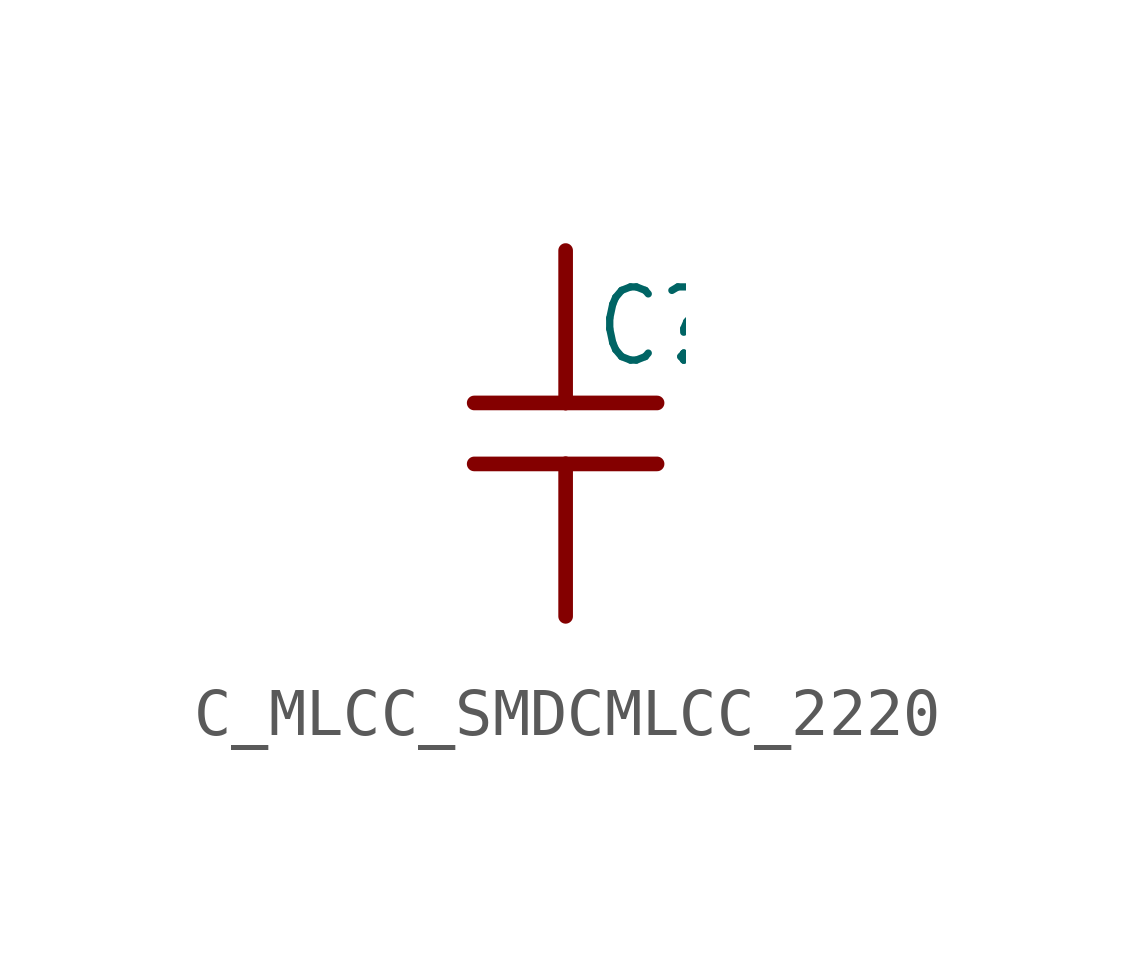
<source format=kicad_sym>
(kicad_symbol_lib
  (version 20231120)
  (generator "kicad_symbol_editor")
  (generator_version "8.0")
  (symbol "C_MLCC_SMDCMLCC_2220"
    (property "Reference" "C"
      (at 0.572 0.064 0)
      (effects (font (size 1.524 1.295)) (justify left bottom)))
    (property "Value" ""
      (at 0.572 -4.381 0)
      (effects (font (size 1.524 1.295)) (justify left bottom)))
    (property "ki_locked" ""
      (at 0 0 0)
      (effects (font (size 1.27 1.27))))
    (symbol "C_MLCC_SMDCMLCC_2220_1_0"
      (polyline (pts (xy -1.905 -1.905) (xy 0 -1.905)) (stroke (width 0.305) (type solid)) (fill (type none)))
      (polyline (pts (xy 0 -1.905) (xy 0 -5.08)) (stroke (width 0.305) (type solid)) (fill (type none)))
      (polyline (pts (xy 0 -1.905) (xy 1.905 -1.905)) (stroke (width 0.305) (type solid)) (fill (type none)))
      (polyline (pts (xy 0 -0.635) (xy -1.905 -0.635)) (stroke (width 0.305) (type solid)) (fill (type none)))
      (polyline (pts (xy 0 -0.635) (xy 0 2.54)) (stroke (width 0.305) (type solid)) (fill (type none)))
      (polyline (pts (xy 1.905 -0.635) (xy 0 -0.635)) (stroke (width 0.305) (type solid)) (fill (type none)))
      (pin passive line (at 0 2.54 270) (length 0) (name "1" (effects (font (size 0 0)))) (number "P$1" (effects (font (size 0 0)))))
      (pin passive line (at 0 -5.08 90) (length 0) (name "2" (effects (font (size 0 0)))) (number "P$2" (effects (font (size 0 0))))))))
</source>
